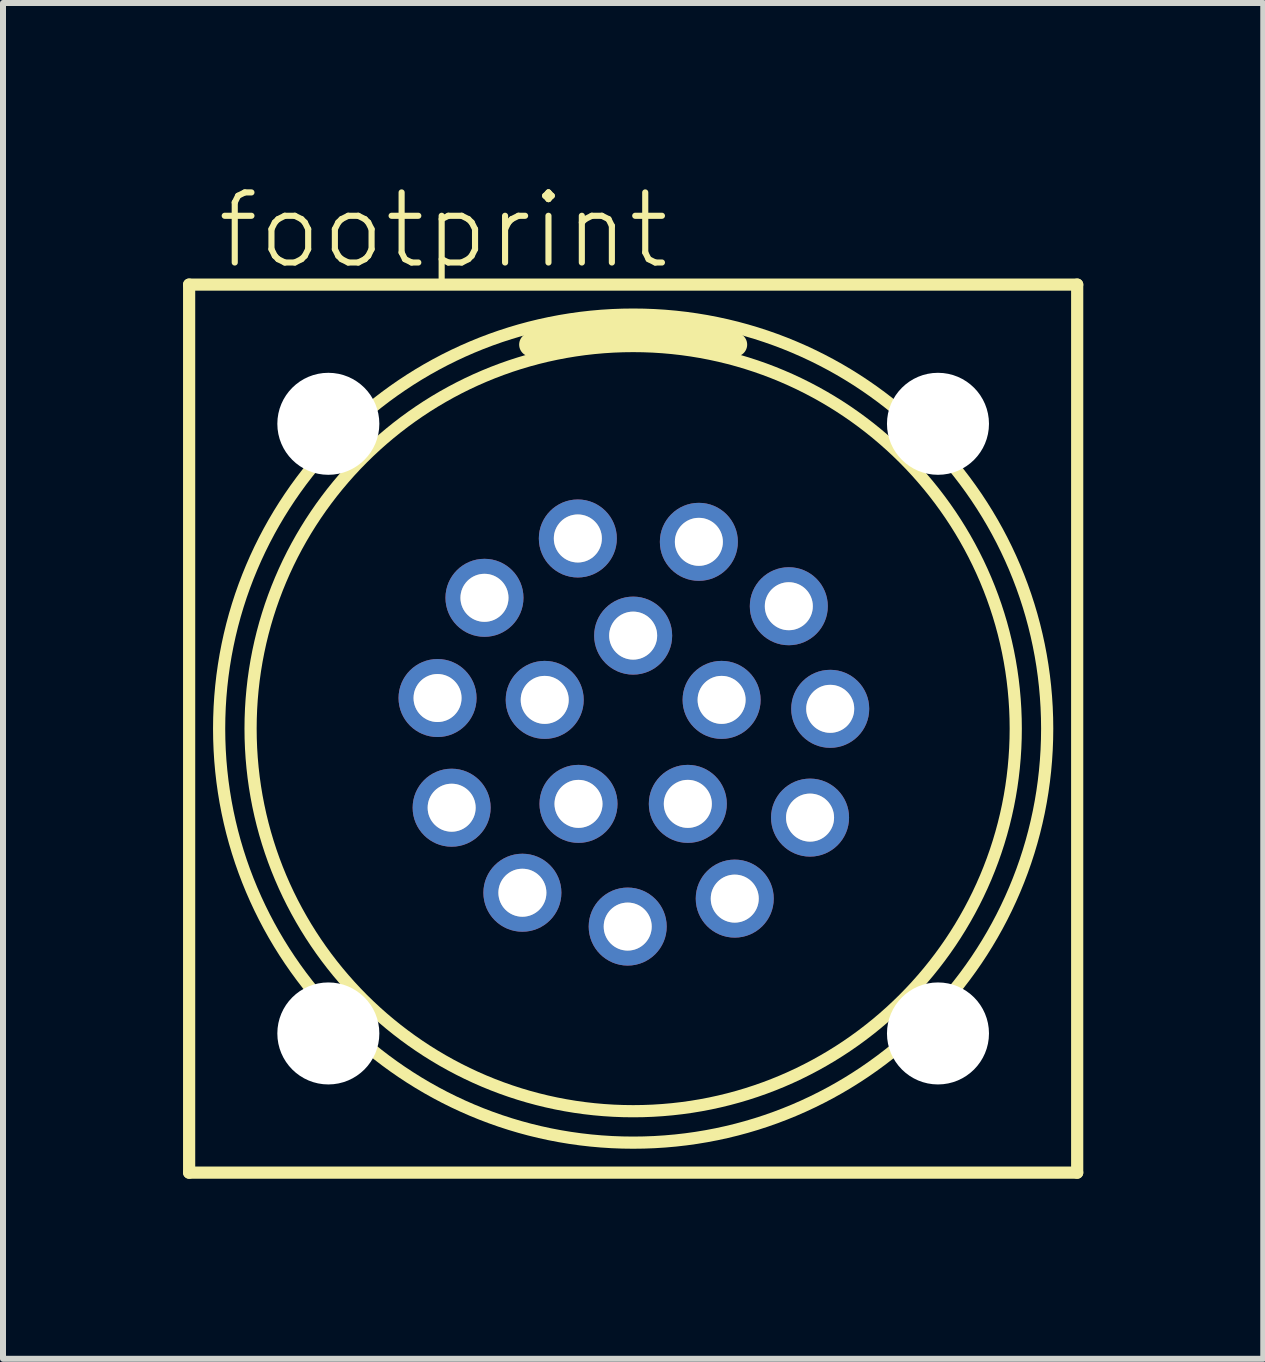
<source format=kicad_pcb>
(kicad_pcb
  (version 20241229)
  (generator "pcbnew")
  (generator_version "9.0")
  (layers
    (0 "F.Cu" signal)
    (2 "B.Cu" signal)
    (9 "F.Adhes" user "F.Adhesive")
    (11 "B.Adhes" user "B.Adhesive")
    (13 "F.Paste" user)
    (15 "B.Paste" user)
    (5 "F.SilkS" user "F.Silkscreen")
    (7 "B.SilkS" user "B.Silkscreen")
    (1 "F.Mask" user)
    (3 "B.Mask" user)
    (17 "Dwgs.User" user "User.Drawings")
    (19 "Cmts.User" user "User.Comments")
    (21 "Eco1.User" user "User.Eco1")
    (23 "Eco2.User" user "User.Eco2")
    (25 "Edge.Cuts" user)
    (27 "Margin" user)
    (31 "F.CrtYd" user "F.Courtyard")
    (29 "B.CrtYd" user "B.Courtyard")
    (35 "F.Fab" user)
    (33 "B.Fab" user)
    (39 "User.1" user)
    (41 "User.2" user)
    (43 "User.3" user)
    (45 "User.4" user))
  (footprint "footprint"
    (layer "F.Cu")
    (at 7.502 9.093)
    (property "Reference" "footprint" (at -6.985 -7.62 0) (layer "F.SilkS") (effects (font (size 1.168 1.168) (thickness 0.102)) (justify left bottom)))
    (fp_line (start -7.4 -7.4) (end 7.4 -7.4) (stroke (width 0.203) (type solid)) (layer "F.SilkS"))
    (fp_line (start -7.4 7.4) (end -7.4 -7.4) (stroke (width 0.203) (type solid)) (layer "F.SilkS"))
    (fp_line (start 7.4 -7.4) (end 7.4 7.4) (stroke (width 0.203) (type solid)) (layer "F.SilkS"))
    (fp_line (start 7.4 7.4) (end -7.4 7.4) (stroke (width 0.203) (type solid)) (layer "F.SilkS"))
    (fp_arc (start -1.7 -6.4) (mid 0 -6.650475) (end 1.700001 -6.4) (stroke (width 0.4) (type solid)) (layer "F.SilkS"))
    (fp_circle (center 0 0) (end 6.376 0) (stroke (width 0.203) (type solid)) (fill no) (layer "F.SilkS"))
    (fp_circle (center 0 0) (end 6.9 0) (stroke (width 0.203) (type solid)) (fill no) (layer "F.SilkS"))
    (fp_circle (center -3.26 -0.51) (end -2.962 -0.51) (stroke (width 0.203) (type solid)) (fill no) (layer "F.Fab"))
    (fp_circle (center -3.025 1.318) (end -2.727 1.318) (stroke (width 0.203) (type solid)) (fill no) (layer "F.Fab"))
    (fp_circle (center -2.478 -2.18) (end -2.179 -2.18) (stroke (width 0.203) (type solid)) (fill no) (layer "F.Fab"))
    (fp_circle (center -1.846 2.735) (end -1.548 2.735) (stroke (width 0.203) (type solid)) (fill no) (layer "F.Fab"))
    (fp_circle (center -1.474 -0.479) (end -1.176 -0.479) (stroke (width 0.203) (type solid)) (fill no) (layer "F.Fab"))
    (fp_circle (center -0.922 -3.169) (end -0.623 -3.169) (stroke (width 0.203) (type solid)) (fill no) (layer "F.Fab"))
    (fp_circle (center -0.911 1.254) (end -0.613 1.254) (stroke (width 0.203) (type solid)) (fill no) (layer "F.Fab"))
    (fp_circle (center -0.091 3.299) (end 0.207 3.299) (stroke (width 0.203) (type solid)) (fill no) (layer "F.Fab"))
    (fp_circle (center 0 -1.55) (end 0.298 -1.55) (stroke (width 0.203) (type solid)) (fill no) (layer "F.Fab"))
    (fp_circle (center 0.911 1.254) (end 1.21 1.254) (stroke (width 0.203) (type solid)) (fill no) (layer "F.Fab"))
    (fp_circle (center 1.095 -3.113) (end 1.393 -3.113) (stroke (width 0.203) (type solid)) (fill no) (layer "F.Fab"))
    (fp_circle (center 1.474 -0.479) (end 1.772 -0.479) (stroke (width 0.203) (type solid)) (fill no) (layer "F.Fab"))
    (fp_circle (center 1.693 2.833) (end 1.991 2.833) (stroke (width 0.203) (type solid)) (fill no) (layer "F.Fab"))
    (fp_circle (center 2.594 -2.04) (end 2.892 -2.04) (stroke (width 0.203) (type solid)) (fill no) (layer "F.Fab"))
    (fp_circle (center 2.948 1.483) (end 3.247 1.483) (stroke (width 0.203) (type solid)) (fill no) (layer "F.Fab"))
    (fp_circle (center 3.284 -0.33) (end 3.582 -0.33) (stroke (width 0.203) (type solid)) (fill no) (layer "F.Fab"))
    (pad "" np_thru_hole circle (at -5.08 -5.08) (size 1.7 1.7) (drill 1.7) (layers "*.Cu" "*.Mask"))
    (pad "" np_thru_hole circle (at -5.08 5.08) (size 1.7 1.7) (drill 1.7) (layers "*.Cu" "*.Mask"))
    (pad "" np_thru_hole circle (at 5.08 -5.08) (size 1.7 1.7) (drill 1.7) (layers "*.Cu" "*.Mask"))
    (pad "" np_thru_hole circle (at 5.08 5.08) (size 1.7 1.7) (drill 1.7) (layers "*.Cu" "*.Mask"))
    (pad "1" thru_hole circle (at -0.922 -3.169 106.2) (size 1.3 1.3) (drill 0.8) (layers "*.Cu" "*.Mask"))
    (pad "2" thru_hole circle (at -2.478 -2.18 138.7) (size 1.3 1.3) (drill 0.8) (layers "*.Cu" "*.Mask"))
    (pad "3" thru_hole circle (at -3.26 -0.51 171.1) (size 1.3 1.3) (drill 0.8) (layers "*.Cu" "*.Mask"))
    (pad "4" thru_hole circle (at -3.025 1.318 203.5) (size 1.3 1.3) (drill 0.8) (layers "*.Cu" "*.Mask"))
    (pad "5" thru_hole circle (at -1.846 2.735 236) (size 1.3 1.3) (drill 0.8) (layers "*.Cu" "*.Mask"))
    (pad "6" thru_hole circle (at -0.091 3.299 268.4) (size 1.3 1.3) (drill 0.8) (layers "*.Cu" "*.Mask"))
    (pad "7" thru_hole circle (at 1.693 2.833 300.9) (size 1.3 1.3) (drill 0.8) (layers "*.Cu" "*.Mask"))
    (pad "8" thru_hole circle (at 2.948 1.483 333.3) (size 1.3 1.3) (drill 0.8) (layers "*.Cu" "*.Mask"))
    (pad "9" thru_hole circle (at 3.284 -0.33 5.7) (size 1.3 1.3) (drill 0.8) (layers "*.Cu" "*.Mask"))
    (pad "10" thru_hole circle (at 2.594 -2.04 38.2) (size 1.3 1.3) (drill 0.8) (layers "*.Cu" "*.Mask"))
    (pad "11" thru_hole circle (at 1.095 -3.113 70.6) (size 1.3 1.3) (drill 0.8) (layers "*.Cu" "*.Mask"))
    (pad "12" thru_hole circle (at 0 -1.55 90) (size 1.3 1.3) (drill 0.8) (layers "*.Cu" "*.Mask"))
    (pad "13" thru_hole circle (at -1.474 -0.479 162) (size 1.3 1.3) (drill 0.8) (layers "*.Cu" "*.Mask"))
    (pad "14" thru_hole circle (at -0.911 1.254 234) (size 1.3 1.3) (drill 0.8) (layers "*.Cu" "*.Mask"))
    (pad "15" thru_hole circle (at 0.911 1.254 306) (size 1.3 1.3) (drill 0.8) (layers "*.Cu" "*.Mask"))
    (pad "16" thru_hole circle (at 1.474 -0.479 18) (size 1.3 1.3) (drill 0.8) (layers "*.Cu" "*.Mask")))
  (gr_rect
    (start -3 -3)
    (end 18.003 19.595)
    (stroke (width 0.1) (type default))
    (fill no)
    (layer "Edge.Cuts")))
</source>
